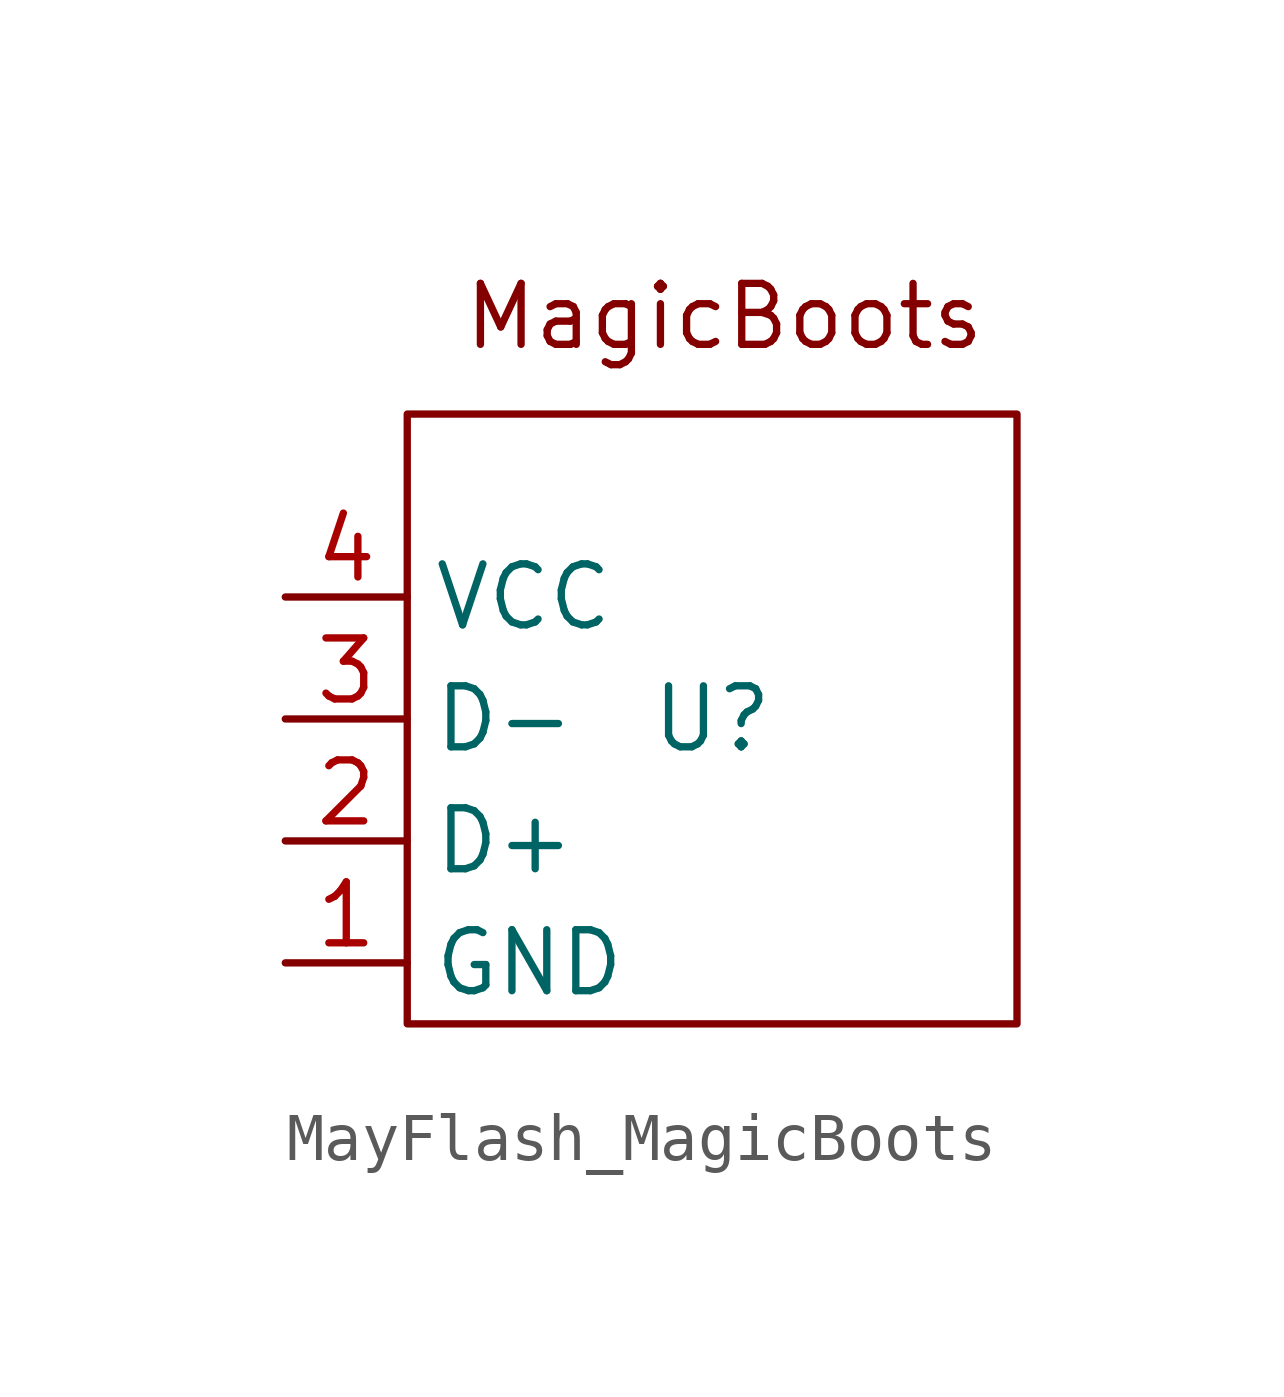
<source format=kicad_sym>
(kicad_symbol_lib
  (version 20231120)
  (generator "kicad_symbol_editor")
  (generator_version "8.0")
  (symbol "MayFlash_MagicBoots"
    (property "Reference" "U"
      (at 0 0 0)
      (effects (font (size 1.27 1.27))))
    (property "Value" ""
      (at 0 0 0)
      (effects (font (size 1.27 1.27))))
    (symbol "MayFlash_MagicBoots_0_1"
      (rectangle (start -6.35 6.35) (end 6.35 -6.35) (stroke (width 0) (type default)) (fill (type none))))
    (symbol "MayFlash_MagicBoots_1_1"
      (text "MagicBoots\n" (at 0.254 8.382 0) (effects (font (size 1.27 1.27))))
      (pin input line (at -8.89 -5.08 0) (length 2.54) (name "GND" (effects (font (size 1.27 1.27)))) (number "1" (effects (font (size 1.27 1.27)))))
      (pin input line (at -8.89 -2.54 0) (length 2.54) (name "D+" (effects (font (size 1.27 1.27)))) (number "2" (effects (font (size 1.27 1.27)))))
      (pin input line (at -8.89 0 0) (length 2.54) (name "D-" (effects (font (size 1.27 1.27)))) (number "3" (effects (font (size 1.27 1.27)))))
      (pin input line (at -8.89 2.54 0) (length 2.54) (name "VCC" (effects (font (size 1.27 1.27)))) (number "4" (effects (font (size 1.27 1.27))))))))
</source>
